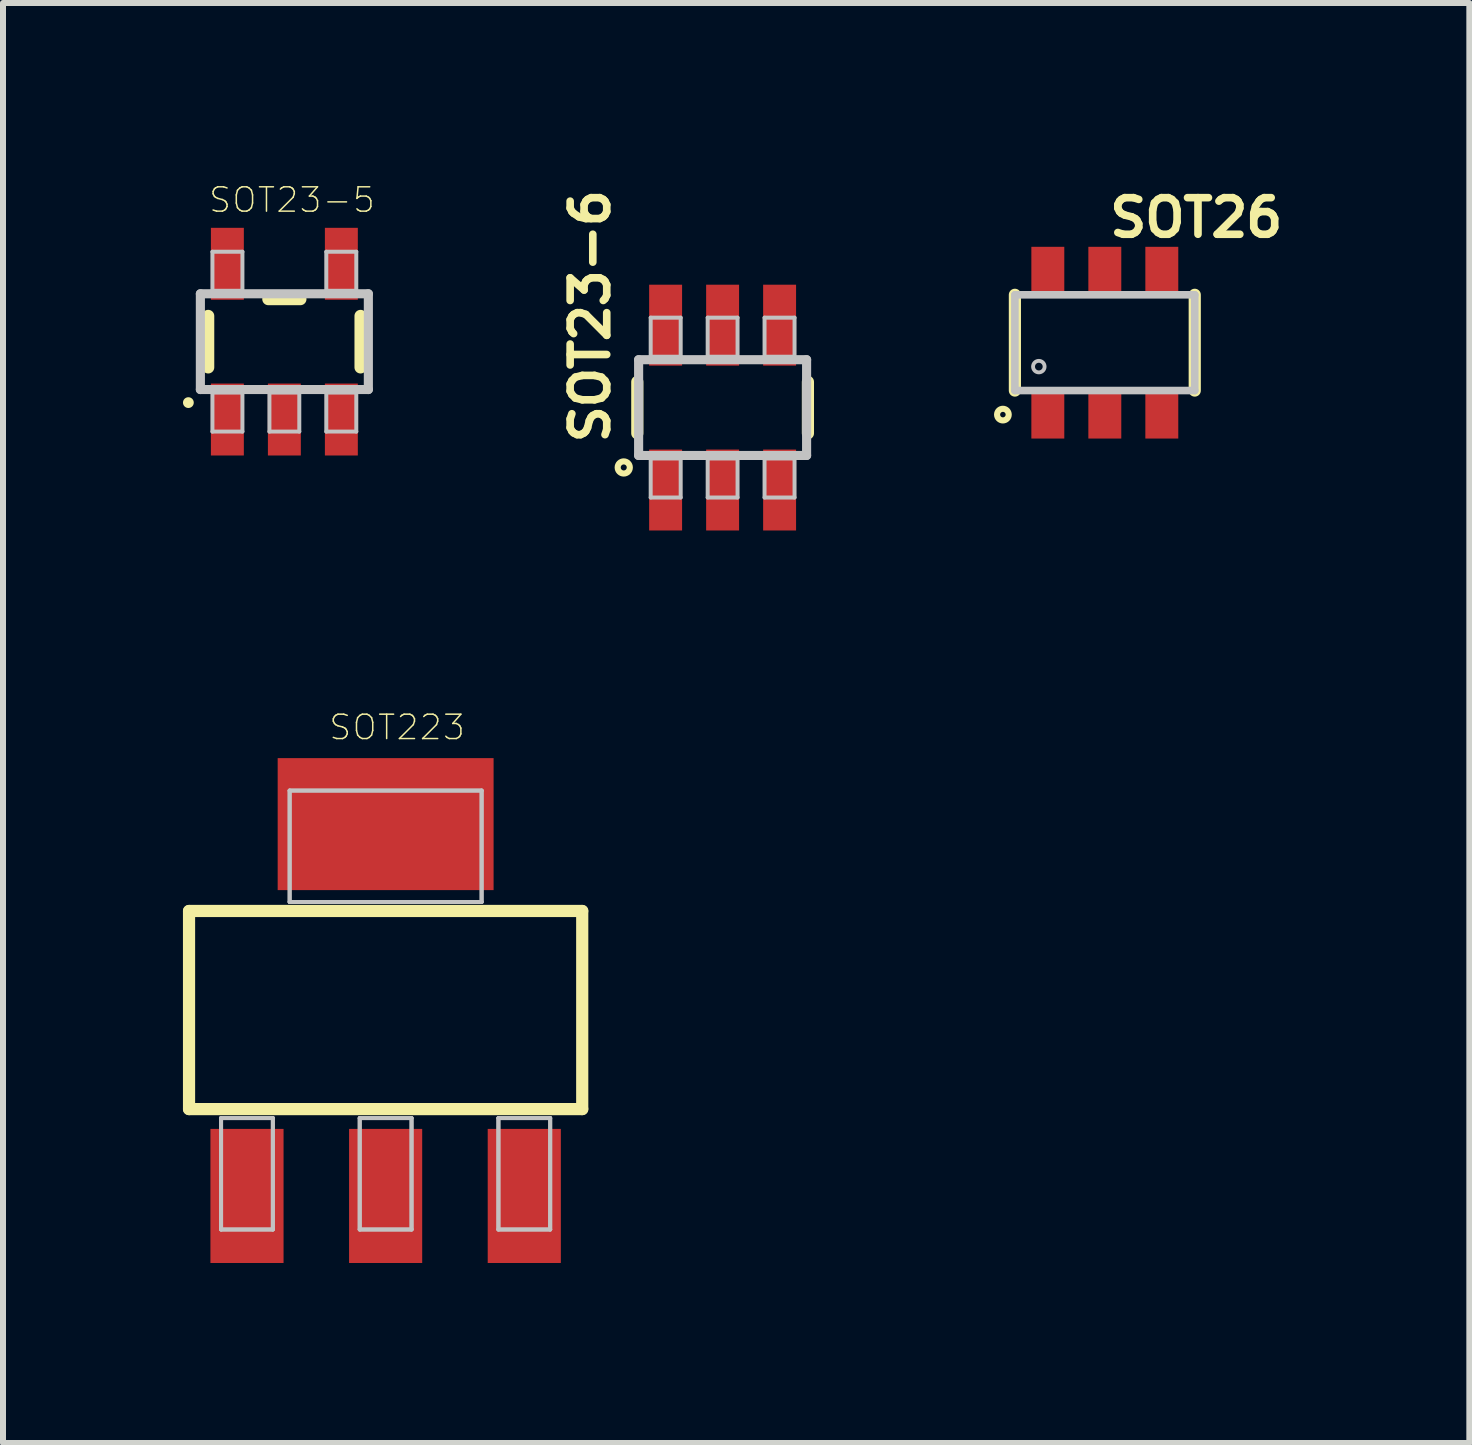
<source format=kicad_pcb>
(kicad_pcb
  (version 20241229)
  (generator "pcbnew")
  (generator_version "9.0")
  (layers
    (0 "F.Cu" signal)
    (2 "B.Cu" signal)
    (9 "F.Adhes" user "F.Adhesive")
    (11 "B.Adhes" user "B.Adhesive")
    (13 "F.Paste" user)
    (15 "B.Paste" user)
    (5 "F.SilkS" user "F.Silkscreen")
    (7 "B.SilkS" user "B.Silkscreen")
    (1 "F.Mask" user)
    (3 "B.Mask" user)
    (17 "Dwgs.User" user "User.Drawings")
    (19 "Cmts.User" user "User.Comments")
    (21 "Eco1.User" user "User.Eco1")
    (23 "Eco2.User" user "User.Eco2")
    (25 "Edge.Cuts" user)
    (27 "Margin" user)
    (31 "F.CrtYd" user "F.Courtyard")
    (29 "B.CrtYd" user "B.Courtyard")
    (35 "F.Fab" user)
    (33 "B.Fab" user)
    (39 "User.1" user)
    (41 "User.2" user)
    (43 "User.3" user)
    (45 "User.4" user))
  (footprint "SOT23-5"
    (layer "F.Cu")
    (at 1.69 2.645)
    (property "Reference" "SOT23-5" (at 0.127 -2.362 0) (layer "F.SilkS") (effects (font (size 0.406 0.406) (thickness 0.025))))
    (attr smd)
    (fp_line (start -1.27 0.429) (end -1.27 -0.429) (stroke (width 0.203) (type solid)) (layer "F.SilkS"))
    (fp_line (start -0.267 -0.709) (end 0.267 -0.709) (stroke (width 0.203) (type solid)) (layer "F.SilkS"))
    (fp_line (start 1.27 -0.429) (end 1.27 0.429) (stroke (width 0.203) (type solid)) (layer "F.SilkS"))
    (fp_circle (center -1.6 1.016) (end -1.664 1.079) (stroke (width 0) (type solid)) (fill yes) (layer "F.SilkS"))
    (fp_line (start -1.4 -0.798) (end -1.4 0.798) (stroke (width 0.152) (type solid)) (layer "Dwgs.User"))
    (fp_line (start -1.4 -0.798) (end 1.4 -0.798) (stroke (width 0.152) (type solid)) (layer "Dwgs.User"))
    (fp_line (start -1.199 -1.499) (end -0.699 -1.499) (stroke (width 0.066) (type solid)) (layer "Dwgs.User"))
    (fp_line (start -1.199 -0.848) (end -1.199 -1.499) (stroke (width 0.066) (type solid)) (layer "Dwgs.User"))
    (fp_line (start -1.199 -0.848) (end -0.699 -0.848) (stroke (width 0.066) (type solid)) (layer "Dwgs.User"))
    (fp_line (start -1.199 0.848) (end -0.699 0.848) (stroke (width 0.066) (type solid)) (layer "Dwgs.User"))
    (fp_line (start -1.199 1.499) (end -1.199 0.848) (stroke (width 0.066) (type solid)) (layer "Dwgs.User"))
    (fp_line (start -1.199 1.499) (end -0.699 1.499) (stroke (width 0.066) (type solid)) (layer "Dwgs.User"))
    (fp_line (start -0.699 -0.848) (end -0.699 -1.499) (stroke (width 0.066) (type solid)) (layer "Dwgs.User"))
    (fp_line (start -0.699 1.499) (end -0.699 0.848) (stroke (width 0.066) (type solid)) (layer "Dwgs.User"))
    (fp_line (start -0.249 0.848) (end 0.249 0.848) (stroke (width 0.066) (type solid)) (layer "Dwgs.User"))
    (fp_line (start -0.249 1.499) (end -0.249 0.848) (stroke (width 0.066) (type solid)) (layer "Dwgs.User"))
    (fp_line (start -0.249 1.499) (end 0.249 1.499) (stroke (width 0.066) (type solid)) (layer "Dwgs.User"))
    (fp_line (start 0.249 1.499) (end 0.249 0.848) (stroke (width 0.066) (type solid)) (layer "Dwgs.User"))
    (fp_line (start 0.699 -1.499) (end 1.199 -1.499) (stroke (width 0.066) (type solid)) (layer "Dwgs.User"))
    (fp_line (start 0.699 -0.848) (end 0.699 -1.499) (stroke (width 0.066) (type solid)) (layer "Dwgs.User"))
    (fp_line (start 0.699 -0.848) (end 1.199 -0.848) (stroke (width 0.066) (type solid)) (layer "Dwgs.User"))
    (fp_line (start 0.699 0.848) (end 1.199 0.848) (stroke (width 0.066) (type solid)) (layer "Dwgs.User"))
    (fp_line (start 0.699 1.499) (end 0.699 0.848) (stroke (width 0.066) (type solid)) (layer "Dwgs.User"))
    (fp_line (start 0.699 1.499) (end 1.199 1.499) (stroke (width 0.066) (type solid)) (layer "Dwgs.User"))
    (fp_line (start 1.199 -0.848) (end 1.199 -1.499) (stroke (width 0.066) (type solid)) (layer "Dwgs.User"))
    (fp_line (start 1.199 1.499) (end 1.199 0.848) (stroke (width 0.066) (type solid)) (layer "Dwgs.User"))
    (fp_line (start 1.4 -0.798) (end 1.4 0.798) (stroke (width 0.152) (type solid)) (layer "Dwgs.User"))
    (fp_line (start 1.4 0.798) (end -1.4 0.798) (stroke (width 0.152) (type solid)) (layer "Dwgs.User"))
    (pad "1" smd rect (at -0.95 1.298) (size 0.549 1.199) (layers "F.Cu" "F.Mask" "F.Paste"))
    (pad "2" smd rect (at 0 1.298) (size 0.549 1.199) (layers "F.Cu" "F.Mask" "F.Paste"))
    (pad "3" smd rect (at 0.95 1.298) (size 0.549 1.199) (layers "F.Cu" "F.Mask" "F.Paste"))
    (pad "4" smd rect (at 0.95 -1.298) (size 0.549 1.199) (layers "F.Cu" "F.Mask" "F.Paste"))
    (pad "5" smd rect (at -0.95 -1.298) (size 0.549 1.199) (layers "F.Cu" "F.Mask" "F.Paste")))
  (footprint "SOT26"
    (layer "F.Cu")
    (at 15.366 2.662)
    (property "Reference" "SOT26" (at 1.524 -2.083 0) (layer "F.SilkS") (effects (font (size 0.61 0.61) (thickness 0.127))))
    (attr smd)
    (fp_line (start -1.499 -0.798) (end -1.499 0.798) (stroke (width 0.203) (type solid)) (layer "F.SilkS"))
    (fp_line (start 1.499 -0.798) (end 1.499 0.798) (stroke (width 0.203) (type solid)) (layer "F.SilkS"))
    (fp_circle (center -1.699 1.199) (end -1.768 1.267) (stroke (width 0.102) (type solid)) (fill no) (layer "F.SilkS"))
    (fp_line (start -1.499 -0.798) (end -1.499 0.798) (stroke (width 0.127) (type solid)) (layer "Dwgs.User"))
    (fp_line (start -1.499 0.798) (end 1.499 0.798) (stroke (width 0.127) (type solid)) (layer "Dwgs.User"))
    (fp_line (start 1.499 -0.798) (end -1.499 -0.798) (stroke (width 0.127) (type solid)) (layer "Dwgs.User"))
    (fp_line (start 1.499 0.798) (end 1.499 -0.798) (stroke (width 0.127) (type solid)) (layer "Dwgs.User"))
    (fp_circle (center -1.1 0.399) (end -1.168 0.467) (stroke (width 0.064) (type solid)) (fill no) (layer "Dwgs.User"))
    (pad "D1" smd rect (at -0.95 -1.199) (size 0.549 0.798) (layers "F.Cu" "F.Mask" "F.Paste"))
    (pad "D2" smd rect (at 0.95 -1.199) (size 0.549 0.798) (layers "F.Cu" "F.Mask" "F.Paste"))
    (pad "G1" smd rect (at -0.95 1.199) (size 0.549 0.798) (layers "F.Cu" "F.Mask" "F.Paste"))
    (pad "G2" smd rect (at 0.95 1.199) (size 0.549 0.798) (layers "F.Cu" "F.Mask" "F.Paste"))
    (pad "S1" smd rect (at 0 -1.199 180) (size 0.549 0.798) (layers "F.Cu" "F.Mask" "F.Paste"))
    (pad "S2" smd rect (at 0 1.199) (size 0.549 0.798) (layers "F.Cu" "F.Mask" "F.Paste")))
  (footprint "SOT223"
    (layer "F.Cu")
    (at 3.378 13.786)
    (property "Reference" "SOT223" (at 0.191 -4.712 0) (layer "F.SilkS") (effects (font (size 0.406 0.406) (thickness 0.025))))
    (attr smd)
    (fp_line (start -3.277 -1.651) (end 3.277 -1.651) (stroke (width 0.203) (type solid)) (layer "F.SilkS"))
    (fp_line (start -3.277 1.651) (end -3.277 -1.651) (stroke (width 0.203) (type solid)) (layer "F.SilkS"))
    (fp_line (start 3.277 -1.651) (end 3.277 1.651) (stroke (width 0.203) (type solid)) (layer "F.SilkS"))
    (fp_line (start 3.277 1.651) (end -3.277 1.651) (stroke (width 0.203) (type solid)) (layer "F.SilkS"))
    (fp_line (start -2.743 1.801) (end -1.88 1.801) (stroke (width 0.066) (type solid)) (layer "Dwgs.User"))
    (fp_line (start -2.743 1.801) (end -1.88 1.801) (stroke (width 0.066) (type solid)) (layer "Dwgs.User"))
    (fp_line (start -2.743 3.658) (end -2.743 1.801) (stroke (width 0.066) (type solid)) (layer "Dwgs.User"))
    (fp_line (start -2.743 3.658) (end -2.743 1.801) (stroke (width 0.066) (type solid)) (layer "Dwgs.User"))
    (fp_line (start -2.743 3.658) (end -1.88 3.658) (stroke (width 0.066) (type solid)) (layer "Dwgs.User"))
    (fp_line (start -2.743 3.658) (end -1.88 3.658) (stroke (width 0.066) (type solid)) (layer "Dwgs.User"))
    (fp_line (start -1.88 3.658) (end -1.88 1.801) (stroke (width 0.066) (type solid)) (layer "Dwgs.User"))
    (fp_line (start -1.88 3.658) (end -1.88 1.801) (stroke (width 0.066) (type solid)) (layer "Dwgs.User"))
    (fp_line (start -1.6 -3.658) (end 1.6 -3.658) (stroke (width 0.066) (type solid)) (layer "Dwgs.User"))
    (fp_line (start -1.6 -3.658) (end 1.6 -3.658) (stroke (width 0.066) (type solid)) (layer "Dwgs.User"))
    (fp_line (start -1.6 -1.801) (end -1.6 -3.658) (stroke (width 0.066) (type solid)) (layer "Dwgs.User"))
    (fp_line (start -1.6 -1.801) (end -1.6 -3.658) (stroke (width 0.066) (type solid)) (layer "Dwgs.User"))
    (fp_line (start -1.6 -1.801) (end 1.6 -1.801) (stroke (width 0.066) (type solid)) (layer "Dwgs.User"))
    (fp_line (start -1.6 -1.801) (end 1.6 -1.801) (stroke (width 0.066) (type solid)) (layer "Dwgs.User"))
    (fp_line (start -0.432 1.801) (end 0.432 1.801) (stroke (width 0.066) (type solid)) (layer "Dwgs.User"))
    (fp_line (start -0.432 1.801) (end 0.432 1.801) (stroke (width 0.066) (type solid)) (layer "Dwgs.User"))
    (fp_line (start -0.432 3.658) (end -0.432 1.801) (stroke (width 0.066) (type solid)) (layer "Dwgs.User"))
    (fp_line (start -0.432 3.658) (end -0.432 1.801) (stroke (width 0.066) (type solid)) (layer "Dwgs.User"))
    (fp_line (start -0.432 3.658) (end 0.432 3.658) (stroke (width 0.066) (type solid)) (layer "Dwgs.User"))
    (fp_line (start -0.432 3.658) (end 0.432 3.658) (stroke (width 0.066) (type solid)) (layer "Dwgs.User"))
    (fp_line (start 0.432 3.658) (end 0.432 1.801) (stroke (width 0.066) (type solid)) (layer "Dwgs.User"))
    (fp_line (start 0.432 3.658) (end 0.432 1.801) (stroke (width 0.066) (type solid)) (layer "Dwgs.User"))
    (fp_line (start 1.6 -1.801) (end 1.6 -3.658) (stroke (width 0.066) (type solid)) (layer "Dwgs.User"))
    (fp_line (start 1.6 -1.801) (end 1.6 -3.658) (stroke (width 0.066) (type solid)) (layer "Dwgs.User"))
    (fp_line (start 1.88 1.801) (end 2.743 1.801) (stroke (width 0.066) (type solid)) (layer "Dwgs.User"))
    (fp_line (start 1.88 1.801) (end 2.743 1.801) (stroke (width 0.066) (type solid)) (layer "Dwgs.User"))
    (fp_line (start 1.88 3.658) (end 1.88 1.801) (stroke (width 0.066) (type solid)) (layer "Dwgs.User"))
    (fp_line (start 1.88 3.658) (end 1.88 1.801) (stroke (width 0.066) (type solid)) (layer "Dwgs.User"))
    (fp_line (start 1.88 3.658) (end 2.743 3.658) (stroke (width 0.066) (type solid)) (layer "Dwgs.User"))
    (fp_line (start 1.88 3.658) (end 2.743 3.658) (stroke (width 0.066) (type solid)) (layer "Dwgs.User"))
    (fp_line (start 2.743 3.658) (end 2.743 1.801) (stroke (width 0.066) (type solid)) (layer "Dwgs.User"))
    (fp_line (start 2.743 3.658) (end 2.743 1.801) (stroke (width 0.066) (type solid)) (layer "Dwgs.User"))
    (pad "1" smd rect (at -2.311 3.099) (size 1.219 2.235) (layers "F.Cu" "F.Mask" "F.Paste"))
    (pad "2" smd rect (at 0 3.099) (size 1.219 2.235) (layers "F.Cu" "F.Mask" "F.Paste"))
    (pad "3" smd rect (at 2.311 3.099) (size 1.219 2.235) (layers "F.Cu" "F.Mask" "F.Paste"))
    (pad "4" smd rect (at 0 -3.099) (size 3.599 2.2) (layers "F.Cu" "F.Mask" "F.Paste")))
  (footprint "SOT23-6"
    (layer "F.Cu")
    (at 8.995 3.744)
    (property "Reference" "SOT23-6" (at -2.207 -1.524 90) (layer "F.SilkS") (effects (font (size 0.61 0.61) (thickness 0.127))))
    (attr smd)
    (fp_line (start -1.422 0.429) (end -1.422 -0.429) (stroke (width 0.203) (type solid)) (layer "F.SilkS"))
    (fp_line (start 1.422 -0.429) (end 1.422 0.429) (stroke (width 0.203) (type solid)) (layer "F.SilkS"))
    (fp_circle (center -1.648 0.998) (end -1.72 1.069) (stroke (width 0.102) (type solid)) (fill no) (layer "F.SilkS"))
    (fp_line (start -1.4 -0.798) (end -1.4 0.798) (stroke (width 0.152) (type solid)) (layer "Dwgs.User"))
    (fp_line (start -1.4 -0.798) (end 1.4 -0.798) (stroke (width 0.152) (type solid)) (layer "Dwgs.User"))
    (fp_line (start -1.199 -1.499) (end -0.699 -1.499) (stroke (width 0.066) (type solid)) (layer "Dwgs.User"))
    (fp_line (start -1.199 -0.848) (end -1.199 -1.499) (stroke (width 0.066) (type solid)) (layer "Dwgs.User"))
    (fp_line (start -1.199 -0.848) (end -0.699 -0.848) (stroke (width 0.066) (type solid)) (layer "Dwgs.User"))
    (fp_line (start -1.199 0.848) (end -0.699 0.848) (stroke (width 0.066) (type solid)) (layer "Dwgs.User"))
    (fp_line (start -1.199 1.499) (end -1.199 0.848) (stroke (width 0.066) (type solid)) (layer "Dwgs.User"))
    (fp_line (start -1.199 1.499) (end -0.699 1.499) (stroke (width 0.066) (type solid)) (layer "Dwgs.User"))
    (fp_line (start -0.699 -0.848) (end -0.699 -1.499) (stroke (width 0.066) (type solid)) (layer "Dwgs.User"))
    (fp_line (start -0.699 1.499) (end -0.699 0.848) (stroke (width 0.066) (type solid)) (layer "Dwgs.User"))
    (fp_line (start -0.249 -1.499) (end 0.249 -1.499) (stroke (width 0.066) (type solid)) (layer "Dwgs.User"))
    (fp_line (start -0.249 -0.848) (end -0.249 -1.499) (stroke (width 0.066) (type solid)) (layer "Dwgs.User"))
    (fp_line (start -0.249 -0.848) (end 0.249 -0.848) (stroke (width 0.066) (type solid)) (layer "Dwgs.User"))
    (fp_line (start -0.249 0.848) (end 0.249 0.848) (stroke (width 0.066) (type solid)) (layer "Dwgs.User"))
    (fp_line (start -0.249 1.499) (end -0.249 0.848) (stroke (width 0.066) (type solid)) (layer "Dwgs.User"))
    (fp_line (start -0.249 1.499) (end 0.249 1.499) (stroke (width 0.066) (type solid)) (layer "Dwgs.User"))
    (fp_line (start 0.249 -0.848) (end 0.249 -1.499) (stroke (width 0.066) (type solid)) (layer "Dwgs.User"))
    (fp_line (start 0.249 1.499) (end 0.249 0.848) (stroke (width 0.066) (type solid)) (layer "Dwgs.User"))
    (fp_line (start 0.699 -1.499) (end 1.199 -1.499) (stroke (width 0.066) (type solid)) (layer "Dwgs.User"))
    (fp_line (start 0.699 -0.848) (end 0.699 -1.499) (stroke (width 0.066) (type solid)) (layer "Dwgs.User"))
    (fp_line (start 0.699 -0.848) (end 1.199 -0.848) (stroke (width 0.066) (type solid)) (layer "Dwgs.User"))
    (fp_line (start 0.699 0.848) (end 1.199 0.848) (stroke (width 0.066) (type solid)) (layer "Dwgs.User"))
    (fp_line (start 0.699 1.499) (end 0.699 0.848) (stroke (width 0.066) (type solid)) (layer "Dwgs.User"))
    (fp_line (start 0.699 1.499) (end 1.199 1.499) (stroke (width 0.066) (type solid)) (layer "Dwgs.User"))
    (fp_line (start 1.199 -0.848) (end 1.199 -1.499) (stroke (width 0.066) (type solid)) (layer "Dwgs.User"))
    (fp_line (start 1.199 1.499) (end 1.199 0.848) (stroke (width 0.066) (type solid)) (layer "Dwgs.User"))
    (fp_line (start 1.4 -0.798) (end 1.4 0.798) (stroke (width 0.152) (type solid)) (layer "Dwgs.User"))
    (fp_line (start 1.4 0.798) (end -1.4 0.798) (stroke (width 0.152) (type solid)) (layer "Dwgs.User"))
    (pad "1" smd rect (at -0.95 1.374) (size 0.549 1.349) (layers "F.Cu" "F.Mask" "F.Paste"))
    (pad "2" smd rect (at 0 1.374) (size 0.549 1.349) (layers "F.Cu" "F.Mask" "F.Paste"))
    (pad "3" smd rect (at 0.95 1.374) (size 0.549 1.349) (layers "F.Cu" "F.Mask" "F.Paste"))
    (pad "4" smd rect (at 0.95 -1.374) (size 0.549 1.349) (layers "F.Cu" "F.Mask" "F.Paste"))
    (pad "5" smd rect (at 0 -1.374) (size 0.549 1.349) (layers "F.Cu" "F.Mask" "F.Paste"))
    (pad "6" smd rect (at -0.95 -1.374) (size 0.549 1.349) (layers "F.Cu" "F.Mask" "F.Paste")))
  (gr_rect
    (start -3 -3)
    (end 21.442 21.003)
    (stroke (width 0.1) (type default))
    (fill no)
    (layer "Edge.Cuts")))
</source>
